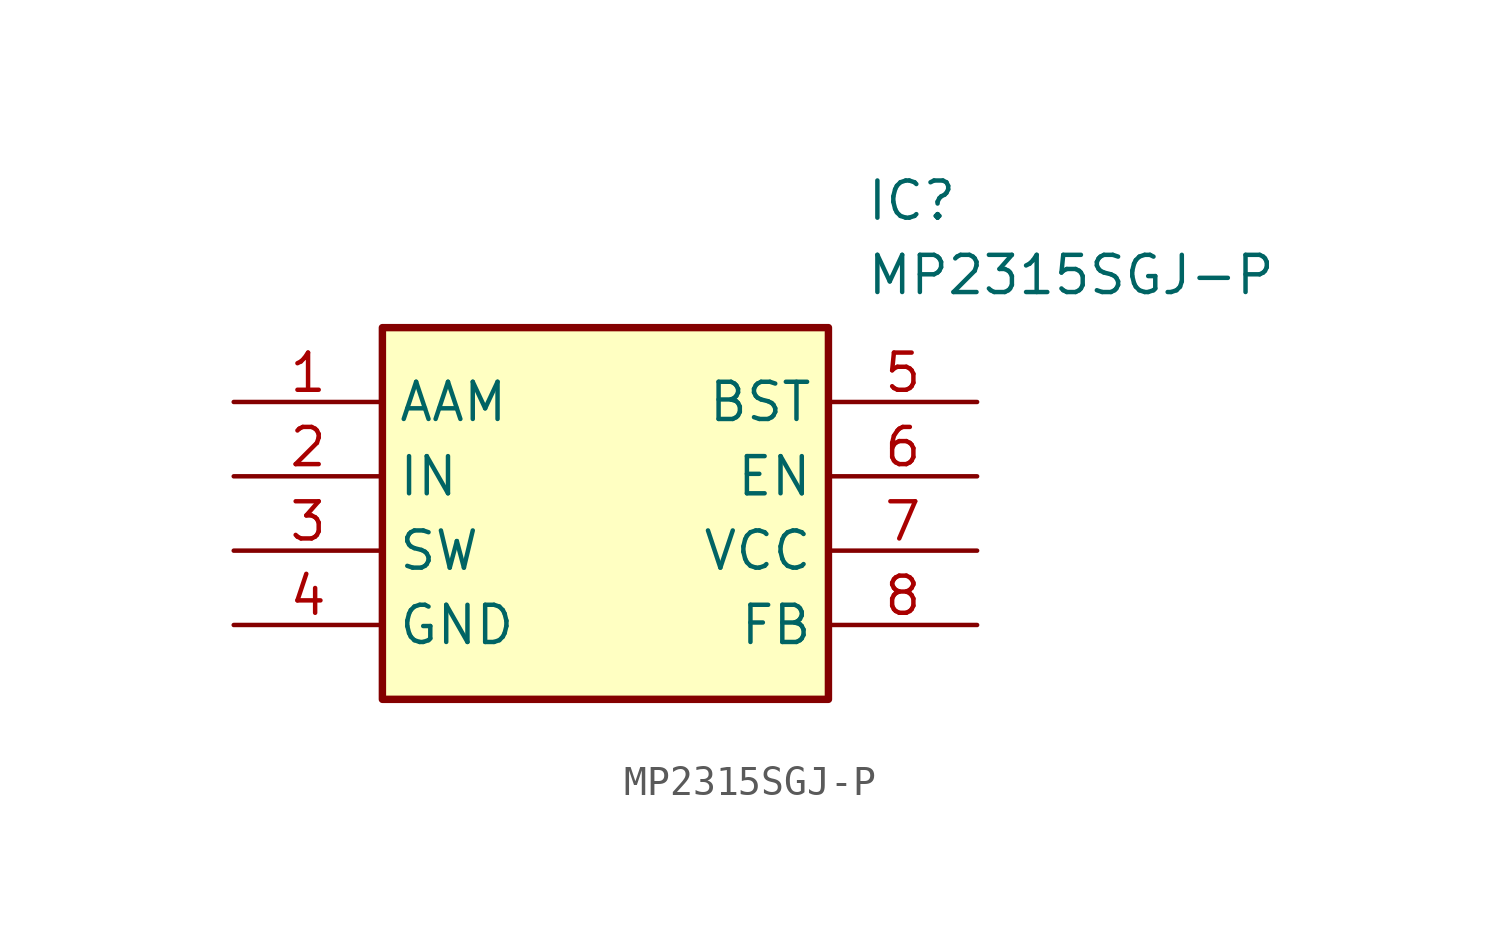
<source format=kicad_sym>
(kicad_symbol_lib
  (version 20211014)
  (generator SamacSys_ECAD_Model)
  (symbol "MP2315SGJ-P"
    (property "Reference" "IC"
      (at 21.59 7.62 0)
      (effects (font (size 1.27 1.27)) (justify left top)))
    (property "Value" "MP2315SGJ-P"
      (at 21.59 5.08 0)
      (effects (font (size 1.27 1.27)) (justify left top)))
    (rectangle
      (start 5.08 2.54)
      (end 20.32 -10.16)
      (stroke (width 0.254) (type default))
      (fill (type background)))
    (pin passive line
      (at 0 0 0)
      (length 5.08)
      (name "AAM" (effects (font (size 1.27 1.27))))
      (number "1" (effects (font (size 1.27 1.27)))))
    (pin passive line
      (at 0 -2.54 0)
      (length 5.08)
      (name "IN" (effects (font (size 1.27 1.27))))
      (number "2" (effects (font (size 1.27 1.27)))))
    (pin passive line
      (at 0 -5.08 0)
      (length 5.08)
      (name "SW" (effects (font (size 1.27 1.27))))
      (number "3" (effects (font (size 1.27 1.27)))))
    (pin passive line
      (at 0 -7.62 0)
      (length 5.08)
      (name "GND" (effects (font (size 1.27 1.27))))
      (number "4" (effects (font (size 1.27 1.27)))))
    (pin passive line
      (at 25.4 0 180)
      (length 5.08)
      (name "BST" (effects (font (size 1.27 1.27))))
      (number "5" (effects (font (size 1.27 1.27)))))
    (pin passive line
      (at 25.4 -2.54 180)
      (length 5.08)
      (name "EN" (effects (font (size 1.27 1.27))))
      (number "6" (effects (font (size 1.27 1.27)))))
    (pin passive line
      (at 25.4 -5.08 180)
      (length 5.08)
      (name "VCC" (effects (font (size 1.27 1.27))))
      (number "7" (effects (font (size 1.27 1.27)))))
    (pin passive line
      (at 25.4 -7.62 180)
      (length 5.08)
      (name "FB" (effects (font (size 1.27 1.27))))
      (number "8" (effects (font (size 1.27 1.27)))))))
</source>
